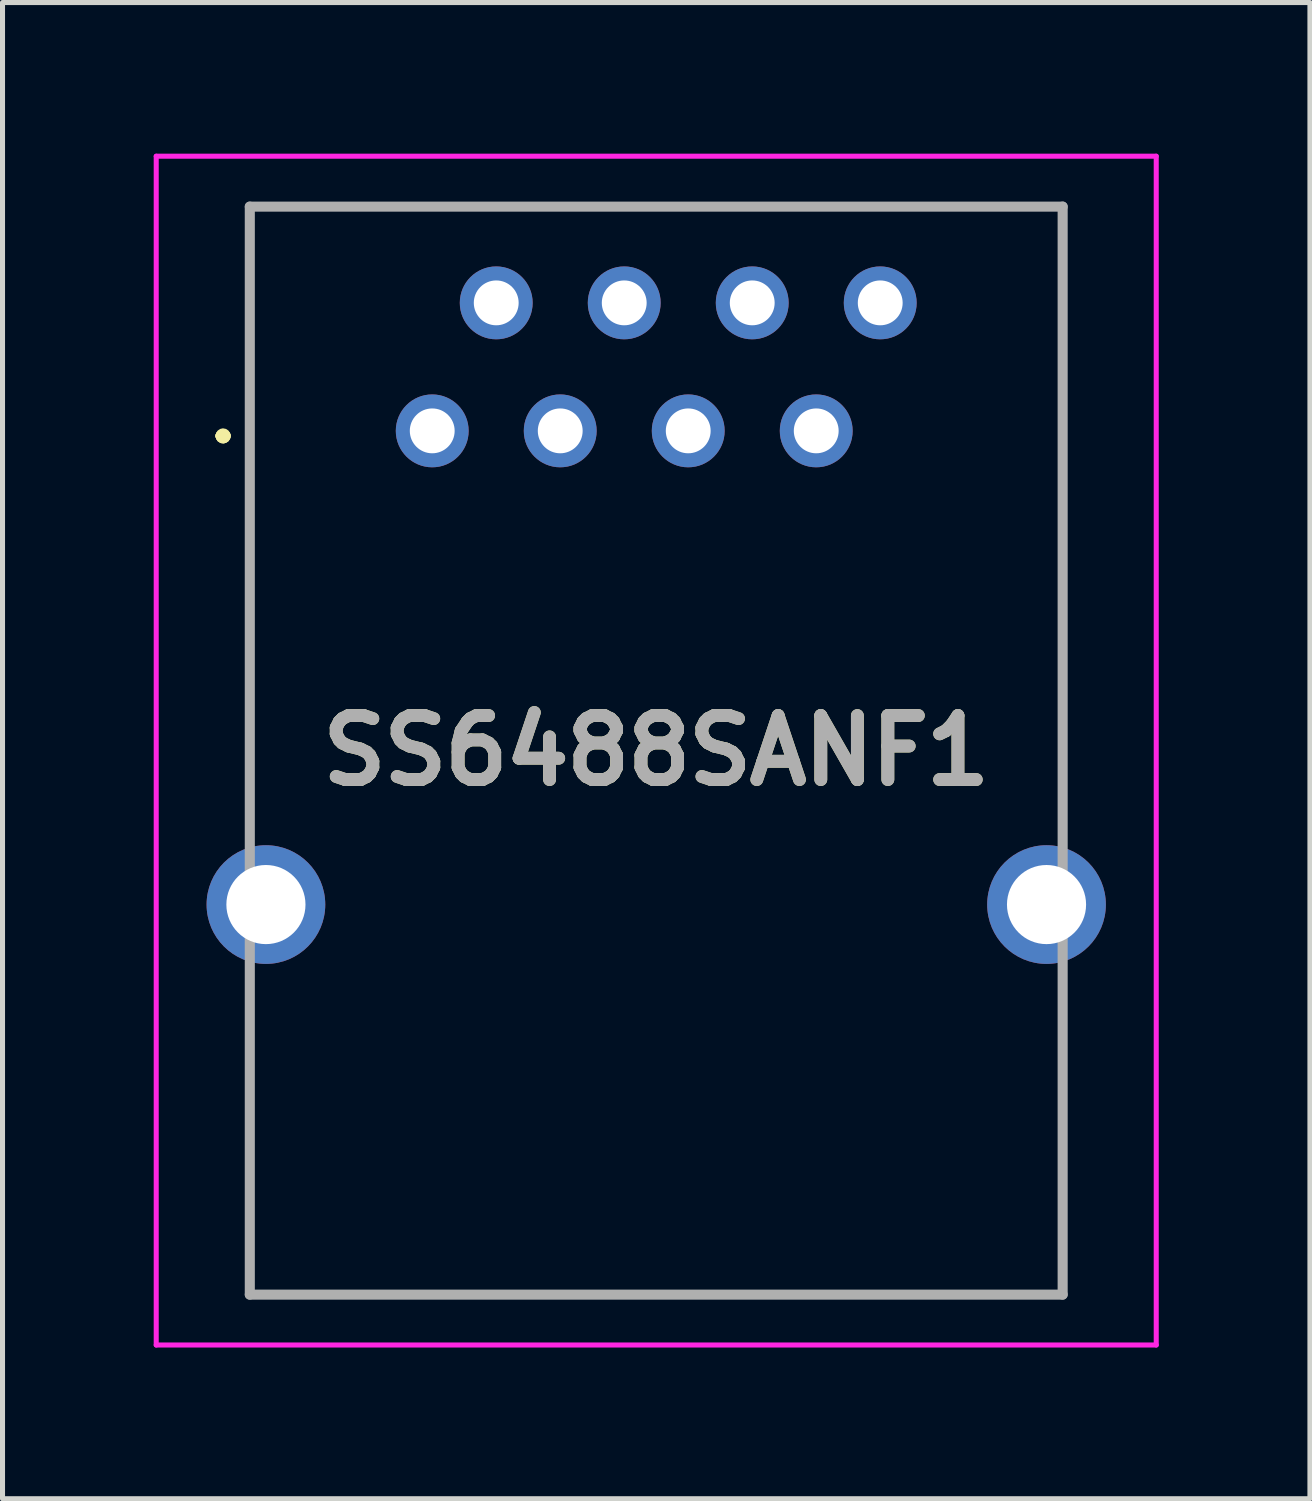
<source format=kicad_pcb>
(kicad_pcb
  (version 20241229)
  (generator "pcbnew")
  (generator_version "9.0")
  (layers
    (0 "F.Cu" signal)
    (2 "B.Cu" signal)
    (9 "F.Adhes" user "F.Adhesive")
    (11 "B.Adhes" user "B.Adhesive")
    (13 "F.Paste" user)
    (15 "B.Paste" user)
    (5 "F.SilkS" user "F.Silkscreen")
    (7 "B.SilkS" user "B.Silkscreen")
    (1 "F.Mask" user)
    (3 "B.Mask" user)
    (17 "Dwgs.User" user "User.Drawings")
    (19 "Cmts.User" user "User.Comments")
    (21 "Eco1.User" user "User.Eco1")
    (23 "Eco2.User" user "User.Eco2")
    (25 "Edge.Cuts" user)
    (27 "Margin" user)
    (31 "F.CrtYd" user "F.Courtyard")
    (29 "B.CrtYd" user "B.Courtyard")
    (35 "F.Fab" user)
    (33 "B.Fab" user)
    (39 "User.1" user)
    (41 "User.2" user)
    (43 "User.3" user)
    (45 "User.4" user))
  (footprint "SS6488SANF1"
    (layer "F.Cu")
    (at 5.527 5.5)
    (property "Reference" "SS6488SANF1" (at 4.445 6.345 0) (layer "F.SilkS") (effects (font (size 1.27 1.27) (thickness 0.254))))
    (attr through_hole)
    (fp_line (start -4.2 0.1) (end -4.2 0.1) (stroke (width 0.2) (type solid)) (layer "F.SilkS"))
    (fp_line (start -4.2 0.1) (end -4.2 0.1) (stroke (width 0.2) (type solid)) (layer "F.SilkS"))
    (fp_line (start -4.1 0.1) (end -4.1 0.1) (stroke (width 0.2) (type solid)) (layer "F.SilkS"))
    (fp_line (start -3.62 -4.45) (end -3.62 -4.45) (stroke (width 0.1) (type solid)) (layer "F.SilkS"))
    (fp_line (start -3.62 -4.45) (end -3.62 -4.45) (stroke (width 0.1) (type solid)) (layer "F.SilkS"))
    (fp_line (start -3.62 -4.45) (end -3.62 7.75) (stroke (width 0.1) (type solid)) (layer "F.SilkS"))
    (fp_line (start -3.62 -4.45) (end 12.51 -4.45) (stroke (width 0.1) (type solid)) (layer "F.SilkS"))
    (fp_line (start -3.62 7.75) (end -3.62 -4.45) (stroke (width 0.1) (type solid)) (layer "F.SilkS"))
    (fp_line (start -3.62 7.75) (end -3.62 7.75) (stroke (width 0.1) (type solid)) (layer "F.SilkS"))
    (fp_line (start -3.62 11.25) (end -3.62 11.25) (stroke (width 0.1) (type solid)) (layer "F.SilkS"))
    (fp_line (start -3.62 11.25) (end -3.62 17.14) (stroke (width 0.1) (type solid)) (layer "F.SilkS"))
    (fp_line (start -3.62 17.14) (end -3.62 11.25) (stroke (width 0.1) (type solid)) (layer "F.SilkS"))
    (fp_line (start -3.62 17.14) (end -3.62 17.14) (stroke (width 0.1) (type solid)) (layer "F.SilkS"))
    (fp_line (start -3.62 17.14) (end -3.62 17.14) (stroke (width 0.1) (type solid)) (layer "F.SilkS"))
    (fp_line (start -3.62 17.14) (end 12.51 17.14) (stroke (width 0.1) (type solid)) (layer "F.SilkS"))
    (fp_line (start 12.5 -4.45) (end 12.51 -4.45) (stroke (width 0.1) (type solid)) (layer "F.SilkS"))
    (fp_line (start 12.5 7.5) (end 12.5 -4.45) (stroke (width 0.1) (type solid)) (layer "F.SilkS"))
    (fp_line (start 12.5 11.25) (end 12.51 11.25) (stroke (width 0.1) (type solid)) (layer "F.SilkS"))
    (fp_line (start 12.5 17.14) (end 12.5 11.25) (stroke (width 0.1) (type solid)) (layer "F.SilkS"))
    (fp_line (start 12.51 -4.45) (end -3.62 -4.45) (stroke (width 0.1) (type solid)) (layer "F.SilkS"))
    (fp_line (start 12.51 -4.45) (end 12.51 -4.45) (stroke (width 0.1) (type solid)) (layer "F.SilkS"))
    (fp_line (start 12.51 -4.45) (end 12.51 7.5) (stroke (width 0.1) (type solid)) (layer "F.SilkS"))
    (fp_line (start 12.51 7.5) (end 12.5 7.5) (stroke (width 0.1) (type solid)) (layer "F.SilkS"))
    (fp_line (start 12.51 11.25) (end 12.51 17.14) (stroke (width 0.1) (type solid)) (layer "F.SilkS"))
    (fp_line (start 12.51 17.14) (end -3.62 17.14) (stroke (width 0.1) (type solid)) (layer "F.SilkS"))
    (fp_line (start 12.51 17.14) (end 12.5 17.14) (stroke (width 0.1) (type solid)) (layer "F.SilkS"))
    (fp_line (start 12.51 17.14) (end 12.51 17.14) (stroke (width 0.1) (type solid)) (layer "F.SilkS"))
    (fp_arc (start -4.2 0.1) (mid -4.15 0.05) (end -4.1 0.1) (stroke (width 0.2) (type solid)) (layer "F.SilkS"))
    (fp_arc (start -4.1 0.1) (mid -4.15 0.15) (end -4.2 0.1) (stroke (width 0.2) (type solid)) (layer "F.SilkS"))
    (fp_arc (start -4.1 0.1) (mid -4.15 0.15) (end -4.2 0.1) (stroke (width 0.2) (type solid)) (layer "F.SilkS"))
    (fp_line (start -5.477 -5.45) (end 14.367 -5.45) (stroke (width 0.1) (type solid)) (layer "F.CrtYd"))
    (fp_line (start -5.477 18.14) (end -5.477 -5.45) (stroke (width 0.1) (type solid)) (layer "F.CrtYd"))
    (fp_line (start 14.367 -5.45) (end 14.367 18.14) (stroke (width 0.1) (type solid)) (layer "F.CrtYd"))
    (fp_line (start 14.367 18.14) (end -5.477 18.14) (stroke (width 0.1) (type solid)) (layer "F.CrtYd"))
    (fp_line (start -3.62 -4.45) (end -3.62 17.14) (stroke (width 0.2) (type solid)) (layer "F.Fab"))
    (fp_line (start -3.62 17.14) (end 12.51 17.14) (stroke (width 0.2) (type solid)) (layer "F.Fab"))
    (fp_line (start 12.51 -4.45) (end -3.62 -4.45) (stroke (width 0.2) (type solid)) (layer "F.Fab"))
    (fp_line (start 12.51 17.14) (end 12.51 -4.45) (stroke (width 0.2) (type solid)) (layer "F.Fab"))
    (fp_text user "${REFERENCE}" (at 4.445 6.345 0) (layer "F.Fab") (effects (font (size 1.27 1.27) (thickness 0.254))))
    (pad "" np_thru_hole circle (at -1.27 6.35) (size 0.001 0.001) (drill 3.25) (layers "*.Cu" "*.Mask"))
    (pad "" np_thru_hole circle (at 10.16 6.35) (size 0.001 0.001) (drill 3.25) (layers "*.Cu" "*.Mask"))
    (pad "1" thru_hole circle (at 0 0) (size 1.446 1.446) (drill 0.89) (layers "*.Cu" "*.Mask"))
    (pad "2" thru_hole circle (at 1.27 -2.54) (size 1.446 1.446) (drill 0.89) (layers "*.Cu" "*.Mask"))
    (pad "3" thru_hole circle (at 2.54 0) (size 1.446 1.446) (drill 0.89) (layers "*.Cu" "*.Mask"))
    (pad "4" thru_hole circle (at 3.81 -2.54) (size 1.446 1.446) (drill 0.89) (layers "*.Cu" "*.Mask"))
    (pad "5" thru_hole circle (at 5.08 0) (size 1.446 1.446) (drill 0.89) (layers "*.Cu" "*.Mask"))
    (pad "6" thru_hole circle (at 6.35 -2.54) (size 1.446 1.446) (drill 0.89) (layers "*.Cu" "*.Mask"))
    (pad "7" thru_hole circle (at 7.62 0) (size 1.446 1.446) (drill 0.89) (layers "*.Cu" "*.Mask"))
    (pad "8" thru_hole circle (at 8.89 -2.54) (size 1.446 1.446) (drill 0.89) (layers "*.Cu" "*.Mask"))
    (pad "MH3" thru_hole circle (at 12.19 9.4) (size 2.355 2.355) (drill 1.57) (layers "*.Cu" "*.Mask"))
    (pad "MH4" thru_hole circle (at -3.3 9.4) (size 2.355 2.355) (drill 1.57) (layers "*.Cu" "*.Mask")))
  (gr_rect
    (start -3 -3)
    (end 22.944 26.69)
    (stroke (width 0.1) (type default))
    (fill no)
    (layer "Edge.Cuts")))
</source>
